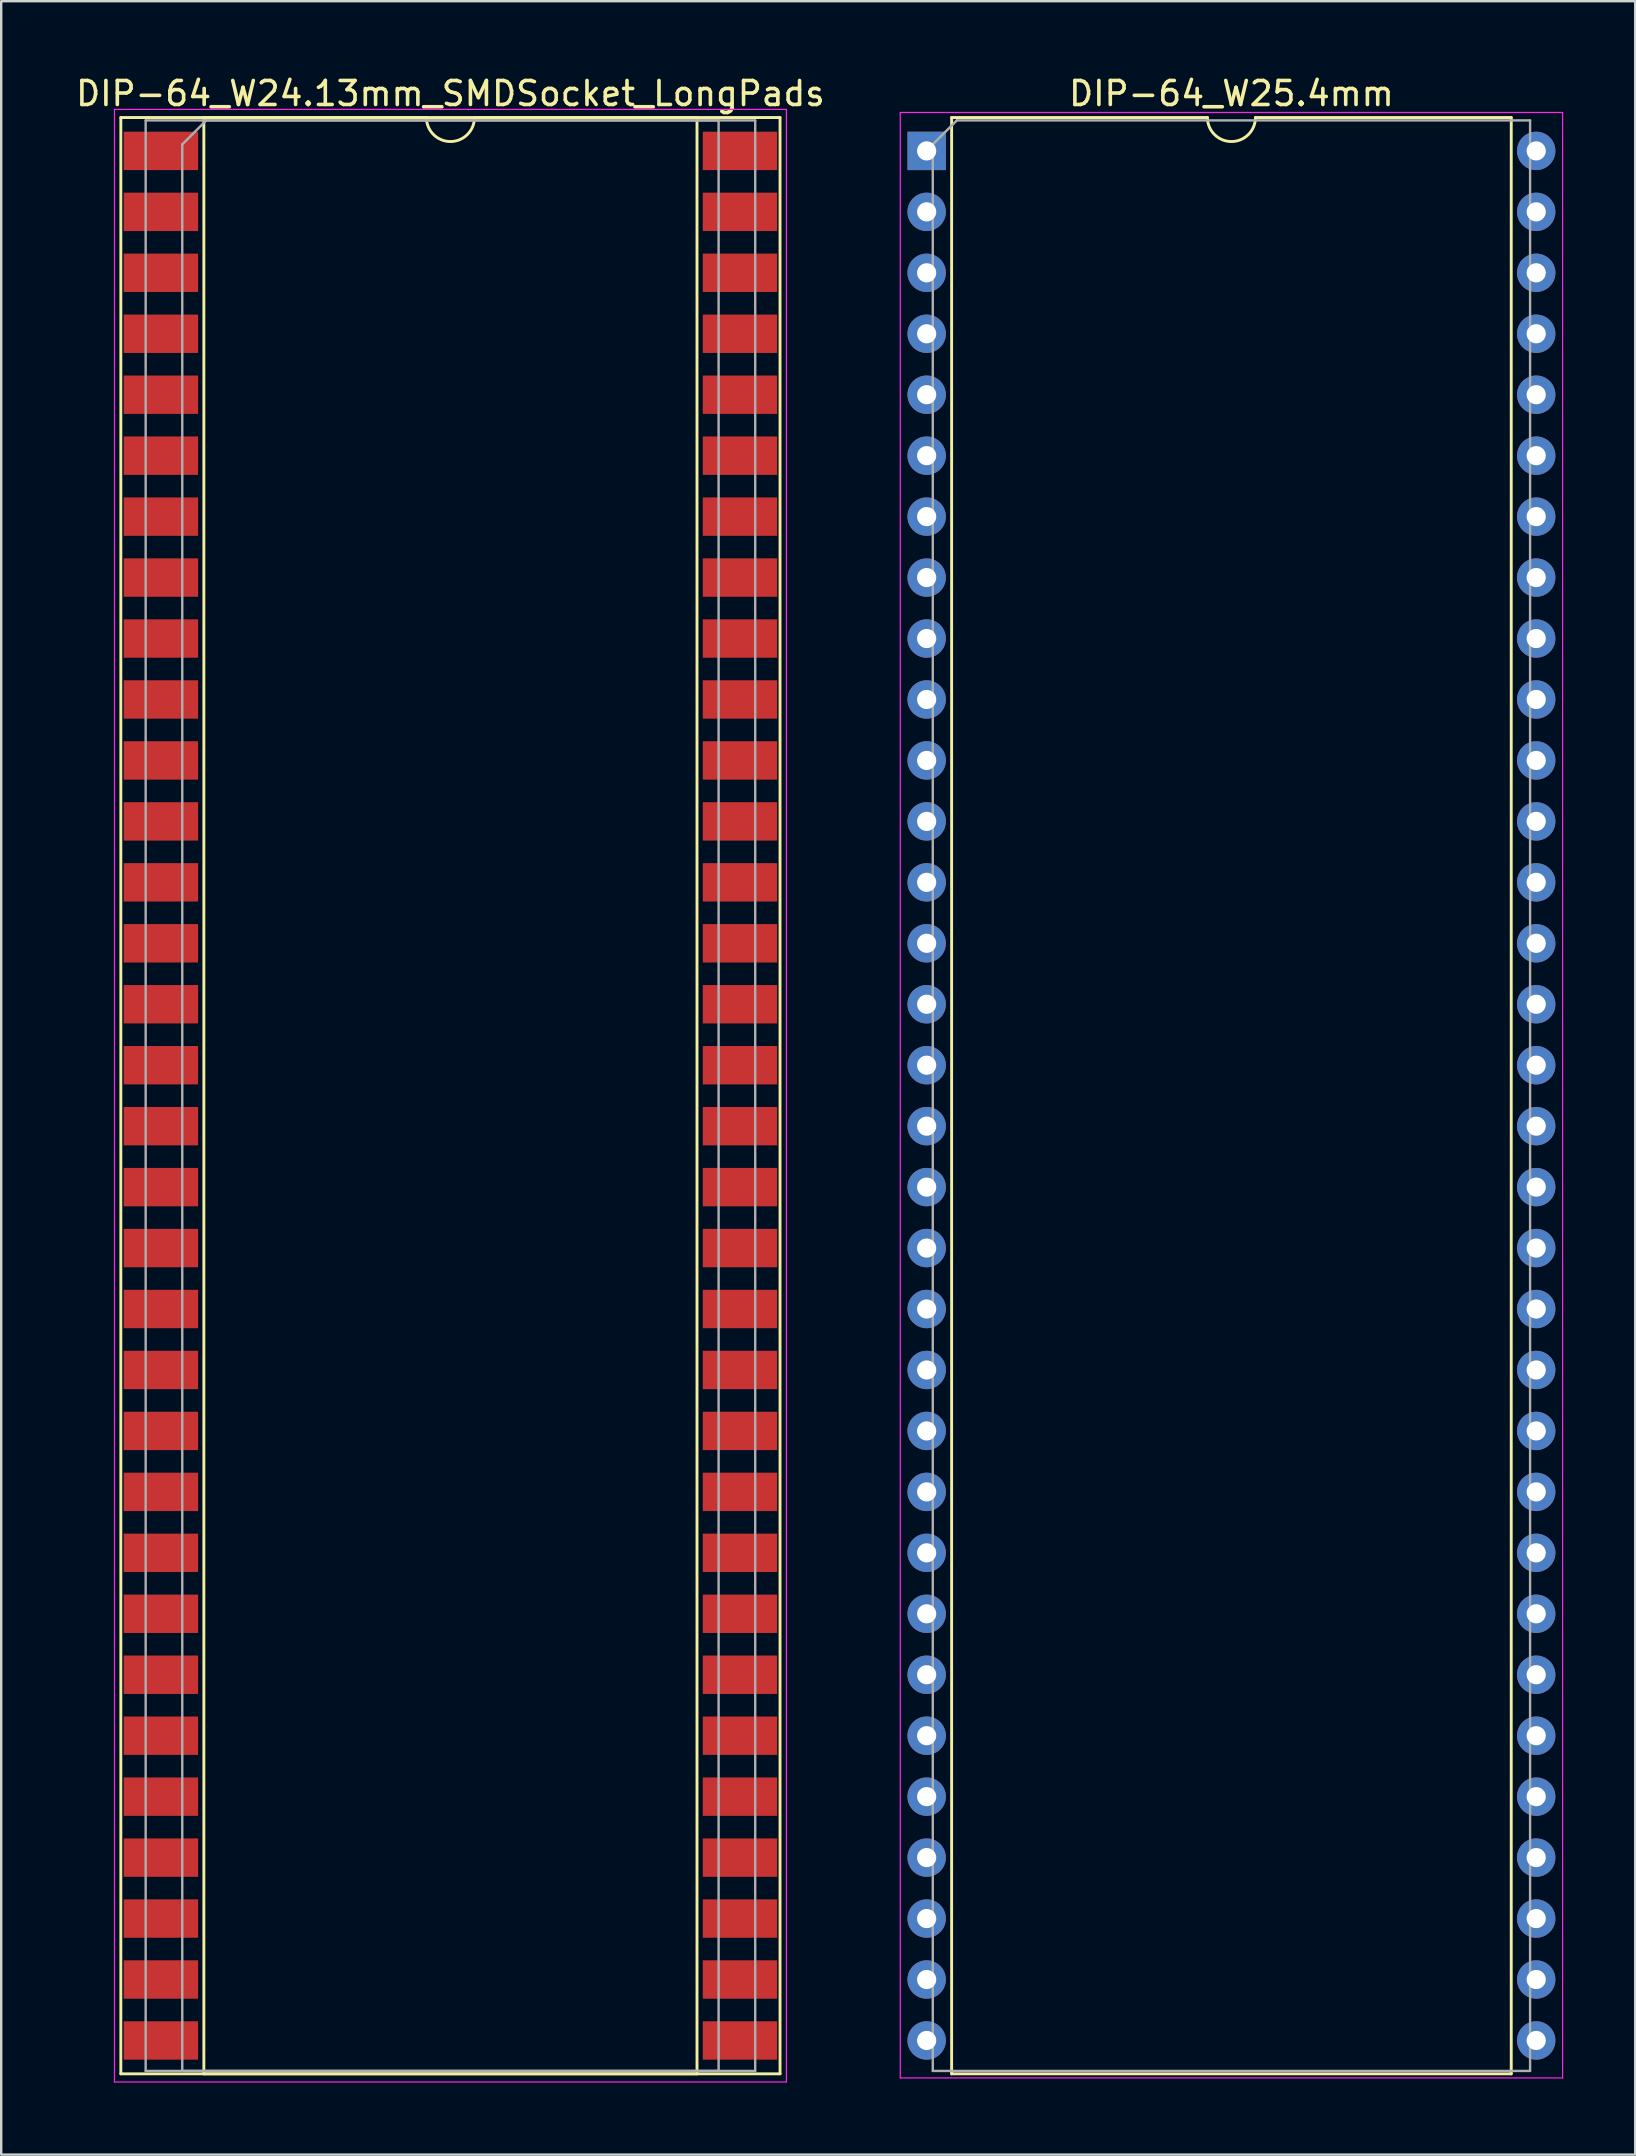
<source format=kicad_pcb>
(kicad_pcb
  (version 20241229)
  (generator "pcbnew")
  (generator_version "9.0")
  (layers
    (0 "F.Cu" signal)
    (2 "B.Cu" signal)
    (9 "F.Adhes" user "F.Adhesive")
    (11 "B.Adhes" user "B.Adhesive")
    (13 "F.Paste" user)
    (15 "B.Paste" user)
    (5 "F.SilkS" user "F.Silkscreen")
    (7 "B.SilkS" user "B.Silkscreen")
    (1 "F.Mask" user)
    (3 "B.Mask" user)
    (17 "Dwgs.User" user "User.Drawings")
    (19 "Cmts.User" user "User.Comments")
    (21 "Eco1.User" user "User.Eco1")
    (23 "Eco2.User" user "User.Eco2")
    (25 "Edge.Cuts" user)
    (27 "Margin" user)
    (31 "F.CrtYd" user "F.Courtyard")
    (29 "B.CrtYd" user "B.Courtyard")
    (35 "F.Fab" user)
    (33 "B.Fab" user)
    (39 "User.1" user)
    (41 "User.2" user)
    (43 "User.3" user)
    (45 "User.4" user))
  (footprint "DIP-64_W25.4mm"
    (layer "F.Cu")
    (at 35.565 3.238)
    (property "Reference" "DIP-64_W25.4mm" (at 12.7 -2.39 0) (layer "F.SilkS") (effects (font (size 1 1) (thickness 0.15))))
    (attr through_hole)
    (fp_line (start 1.04 -1.39) (end 1.04 80.13) (stroke (width 0.12) (type solid)) (layer "F.SilkS"))
    (fp_line (start 1.04 80.13) (end 24.36 80.13) (stroke (width 0.12) (type solid)) (layer "F.SilkS"))
    (fp_line (start 11.7 -1.39) (end 1.04 -1.39) (stroke (width 0.12) (type solid)) (layer "F.SilkS"))
    (fp_line (start 24.36 -1.39) (end 13.7 -1.39) (stroke (width 0.12) (type solid)) (layer "F.SilkS"))
    (fp_line (start 24.36 80.13) (end 24.36 -1.39) (stroke (width 0.12) (type solid)) (layer "F.SilkS"))
    (fp_arc (start 13.7 -1.39) (mid 12.7 -0.39) (end 11.7 -1.39) (stroke (width 0.12) (type solid)) (layer "F.SilkS"))
    (fp_line (start -1.1 -1.6) (end -1.1 80.3) (stroke (width 0.05) (type solid)) (layer "F.CrtYd"))
    (fp_line (start -1.1 80.3) (end 26.5 80.3) (stroke (width 0.05) (type solid)) (layer "F.CrtYd"))
    (fp_line (start 26.5 -1.6) (end -1.1 -1.6) (stroke (width 0.05) (type solid)) (layer "F.CrtYd"))
    (fp_line (start 26.5 80.3) (end 26.5 -1.6) (stroke (width 0.05) (type solid)) (layer "F.CrtYd"))
    (fp_line (start 0.255 -0.27) (end 1.255 -1.27) (stroke (width 0.1) (type solid)) (layer "F.Fab"))
    (fp_line (start 0.255 80.01) (end 0.255 -0.27) (stroke (width 0.1) (type solid)) (layer "F.Fab"))
    (fp_line (start 1.255 -1.27) (end 25.145 -1.27) (stroke (width 0.1) (type solid)) (layer "F.Fab"))
    (fp_line (start 25.145 -1.27) (end 25.145 80.01) (stroke (width 0.1) (type solid)) (layer "F.Fab"))
    (fp_line (start 25.145 80.01) (end 0.255 80.01) (stroke (width 0.1) (type solid)) (layer "F.Fab"))
    (pad "1" thru_hole rect (at 0 0) (size 1.6 1.6) (drill 0.8) (layers "*.Cu" "*.Mask"))
    (pad "2" thru_hole oval (at 0 2.54) (size 1.6 1.6) (drill 0.8) (layers "*.Cu" "*.Mask"))
    (pad "3" thru_hole oval (at 0 5.08) (size 1.6 1.6) (drill 0.8) (layers "*.Cu" "*.Mask"))
    (pad "4" thru_hole oval (at 0 7.62) (size 1.6 1.6) (drill 0.8) (layers "*.Cu" "*.Mask"))
    (pad "5" thru_hole oval (at 0 10.16) (size 1.6 1.6) (drill 0.8) (layers "*.Cu" "*.Mask"))
    (pad "6" thru_hole oval (at 0 12.7) (size 1.6 1.6) (drill 0.8) (layers "*.Cu" "*.Mask"))
    (pad "7" thru_hole oval (at 0 15.24) (size 1.6 1.6) (drill 0.8) (layers "*.Cu" "*.Mask"))
    (pad "8" thru_hole oval (at 0 17.78) (size 1.6 1.6) (drill 0.8) (layers "*.Cu" "*.Mask"))
    (pad "9" thru_hole oval (at 0 20.32) (size 1.6 1.6) (drill 0.8) (layers "*.Cu" "*.Mask"))
    (pad "10" thru_hole oval (at 0 22.86) (size 1.6 1.6) (drill 0.8) (layers "*.Cu" "*.Mask"))
    (pad "11" thru_hole oval (at 0 25.4) (size 1.6 1.6) (drill 0.8) (layers "*.Cu" "*.Mask"))
    (pad "12" thru_hole oval (at 0 27.94) (size 1.6 1.6) (drill 0.8) (layers "*.Cu" "*.Mask"))
    (pad "13" thru_hole oval (at 0 30.48) (size 1.6 1.6) (drill 0.8) (layers "*.Cu" "*.Mask"))
    (pad "14" thru_hole oval (at 0 33.02) (size 1.6 1.6) (drill 0.8) (layers "*.Cu" "*.Mask"))
    (pad "15" thru_hole oval (at 0 35.56) (size 1.6 1.6) (drill 0.8) (layers "*.Cu" "*.Mask"))
    (pad "16" thru_hole oval (at 0 38.1) (size 1.6 1.6) (drill 0.8) (layers "*.Cu" "*.Mask"))
    (pad "17" thru_hole oval (at 0 40.64) (size 1.6 1.6) (drill 0.8) (layers "*.Cu" "*.Mask"))
    (pad "18" thru_hole oval (at 0 43.18) (size 1.6 1.6) (drill 0.8) (layers "*.Cu" "*.Mask"))
    (pad "19" thru_hole oval (at 0 45.72) (size 1.6 1.6) (drill 0.8) (layers "*.Cu" "*.Mask"))
    (pad "20" thru_hole oval (at 0 48.26) (size 1.6 1.6) (drill 0.8) (layers "*.Cu" "*.Mask"))
    (pad "21" thru_hole oval (at 0 50.8) (size 1.6 1.6) (drill 0.8) (layers "*.Cu" "*.Mask"))
    (pad "22" thru_hole oval (at 0 53.34) (size 1.6 1.6) (drill 0.8) (layers "*.Cu" "*.Mask"))
    (pad "23" thru_hole oval (at 0 55.88) (size 1.6 1.6) (drill 0.8) (layers "*.Cu" "*.Mask"))
    (pad "24" thru_hole oval (at 0 58.42) (size 1.6 1.6) (drill 0.8) (layers "*.Cu" "*.Mask"))
    (pad "25" thru_hole oval (at 0 60.96) (size 1.6 1.6) (drill 0.8) (layers "*.Cu" "*.Mask"))
    (pad "26" thru_hole oval (at 0 63.5) (size 1.6 1.6) (drill 0.8) (layers "*.Cu" "*.Mask"))
    (pad "27" thru_hole oval (at 0 66.04) (size 1.6 1.6) (drill 0.8) (layers "*.Cu" "*.Mask"))
    (pad "28" thru_hole oval (at 0 68.58) (size 1.6 1.6) (drill 0.8) (layers "*.Cu" "*.Mask"))
    (pad "29" thru_hole oval (at 0 71.12) (size 1.6 1.6) (drill 0.8) (layers "*.Cu" "*.Mask"))
    (pad "30" thru_hole oval (at 0 73.66) (size 1.6 1.6) (drill 0.8) (layers "*.Cu" "*.Mask"))
    (pad "31" thru_hole oval (at 0 76.2) (size 1.6 1.6) (drill 0.8) (layers "*.Cu" "*.Mask"))
    (pad "32" thru_hole oval (at 0 78.74) (size 1.6 1.6) (drill 0.8) (layers "*.Cu" "*.Mask"))
    (pad "33" thru_hole oval (at 25.4 78.74) (size 1.6 1.6) (drill 0.8) (layers "*.Cu" "*.Mask"))
    (pad "34" thru_hole oval (at 25.4 76.2) (size 1.6 1.6) (drill 0.8) (layers "*.Cu" "*.Mask"))
    (pad "35" thru_hole oval (at 25.4 73.66) (size 1.6 1.6) (drill 0.8) (layers "*.Cu" "*.Mask"))
    (pad "36" thru_hole oval (at 25.4 71.12) (size 1.6 1.6) (drill 0.8) (layers "*.Cu" "*.Mask"))
    (pad "37" thru_hole oval (at 25.4 68.58) (size 1.6 1.6) (drill 0.8) (layers "*.Cu" "*.Mask"))
    (pad "38" thru_hole oval (at 25.4 66.04) (size 1.6 1.6) (drill 0.8) (layers "*.Cu" "*.Mask"))
    (pad "39" thru_hole oval (at 25.4 63.5) (size 1.6 1.6) (drill 0.8) (layers "*.Cu" "*.Mask"))
    (pad "40" thru_hole oval (at 25.4 60.96) (size 1.6 1.6) (drill 0.8) (layers "*.Cu" "*.Mask"))
    (pad "41" thru_hole oval (at 25.4 58.42) (size 1.6 1.6) (drill 0.8) (layers "*.Cu" "*.Mask"))
    (pad "42" thru_hole oval (at 25.4 55.88) (size 1.6 1.6) (drill 0.8) (layers "*.Cu" "*.Mask"))
    (pad "43" thru_hole oval (at 25.4 53.34) (size 1.6 1.6) (drill 0.8) (layers "*.Cu" "*.Mask"))
    (pad "44" thru_hole oval (at 25.4 50.8) (size 1.6 1.6) (drill 0.8) (layers "*.Cu" "*.Mask"))
    (pad "45" thru_hole oval (at 25.4 48.26) (size 1.6 1.6) (drill 0.8) (layers "*.Cu" "*.Mask"))
    (pad "46" thru_hole oval (at 25.4 45.72) (size 1.6 1.6) (drill 0.8) (layers "*.Cu" "*.Mask"))
    (pad "47" thru_hole oval (at 25.4 43.18) (size 1.6 1.6) (drill 0.8) (layers "*.Cu" "*.Mask"))
    (pad "48" thru_hole oval (at 25.4 40.64) (size 1.6 1.6) (drill 0.8) (layers "*.Cu" "*.Mask"))
    (pad "49" thru_hole oval (at 25.4 38.1) (size 1.6 1.6) (drill 0.8) (layers "*.Cu" "*.Mask"))
    (pad "50" thru_hole oval (at 25.4 35.56) (size 1.6 1.6) (drill 0.8) (layers "*.Cu" "*.Mask"))
    (pad "51" thru_hole oval (at 25.4 33.02) (size 1.6 1.6) (drill 0.8) (layers "*.Cu" "*.Mask"))
    (pad "52" thru_hole oval (at 25.4 30.48) (size 1.6 1.6) (drill 0.8) (layers "*.Cu" "*.Mask"))
    (pad "53" thru_hole oval (at 25.4 27.94) (size 1.6 1.6) (drill 0.8) (layers "*.Cu" "*.Mask"))
    (pad "54" thru_hole oval (at 25.4 25.4) (size 1.6 1.6) (drill 0.8) (layers "*.Cu" "*.Mask"))
    (pad "55" thru_hole oval (at 25.4 22.86) (size 1.6 1.6) (drill 0.8) (layers "*.Cu" "*.Mask"))
    (pad "56" thru_hole oval (at 25.4 20.32) (size 1.6 1.6) (drill 0.8) (layers "*.Cu" "*.Mask"))
    (pad "57" thru_hole oval (at 25.4 17.78) (size 1.6 1.6) (drill 0.8) (layers "*.Cu" "*.Mask"))
    (pad "58" thru_hole oval (at 25.4 15.24) (size 1.6 1.6) (drill 0.8) (layers "*.Cu" "*.Mask"))
    (pad "59" thru_hole oval (at 25.4 12.7) (size 1.6 1.6) (drill 0.8) (layers "*.Cu" "*.Mask"))
    (pad "60" thru_hole oval (at 25.4 10.16) (size 1.6 1.6) (drill 0.8) (layers "*.Cu" "*.Mask"))
    (pad "61" thru_hole oval (at 25.4 7.62) (size 1.6 1.6) (drill 0.8) (layers "*.Cu" "*.Mask"))
    (pad "62" thru_hole oval (at 25.4 5.08) (size 1.6 1.6) (drill 0.8) (layers "*.Cu" "*.Mask"))
    (pad "63" thru_hole oval (at 25.4 2.54) (size 1.6 1.6) (drill 0.8) (layers "*.Cu" "*.Mask"))
    (pad "64" thru_hole oval (at 25.4 0) (size 1.6 1.6) (drill 0.8) (layers "*.Cu" "*.Mask")))
  (footprint "DIP-64_W24.13mm_SMDSocket_LongPads"
    (layer "F.Cu")
    (at 15.72 42.608)
    (property "Reference" "DIP-64_W24.13mm_SMDSocket_LongPads" (at 0 -41.76 0) (layer "F.SilkS") (effects (font (size 1 1) (thickness 0.15))))
    (attr smd)
    (fp_line (start -13.735 -40.76) (end -13.735 40.76) (stroke (width 0.12) (type solid)) (layer "F.SilkS"))
    (fp_line (start -13.735 40.76) (end 13.735 40.76) (stroke (width 0.12) (type solid)) (layer "F.SilkS"))
    (fp_line (start -10.275 -40.76) (end -10.275 40.76) (stroke (width 0.12) (type solid)) (layer "F.SilkS"))
    (fp_line (start -10.275 40.76) (end 10.275 40.76) (stroke (width 0.12) (type solid)) (layer "F.SilkS"))
    (fp_line (start -1 -40.76) (end -10.275 -40.76) (stroke (width 0.12) (type solid)) (layer "F.SilkS"))
    (fp_line (start 10.275 -40.76) (end 1 -40.76) (stroke (width 0.12) (type solid)) (layer "F.SilkS"))
    (fp_line (start 10.275 40.76) (end 10.275 -40.76) (stroke (width 0.12) (type solid)) (layer "F.SilkS"))
    (fp_line (start 13.735 -40.76) (end -13.735 -40.76) (stroke (width 0.12) (type solid)) (layer "F.SilkS"))
    (fp_line (start 13.735 40.76) (end 13.735 -40.76) (stroke (width 0.12) (type solid)) (layer "F.SilkS"))
    (fp_arc (start 1 -40.76) (mid 0 -39.76) (end -1 -40.76) (stroke (width 0.12) (type solid)) (layer "F.SilkS"))
    (fp_line (start -14 -41.1) (end -14 41.1) (stroke (width 0.05) (type solid)) (layer "F.CrtYd"))
    (fp_line (start -14 41.1) (end 14 41.1) (stroke (width 0.05) (type solid)) (layer "F.CrtYd"))
    (fp_line (start 14 -41.1) (end -14 -41.1) (stroke (width 0.05) (type solid)) (layer "F.CrtYd"))
    (fp_line (start 14 41.1) (end 14 -41.1) (stroke (width 0.05) (type solid)) (layer "F.CrtYd"))
    (fp_line (start -12.7 -40.64) (end -12.7 40.64) (stroke (width 0.1) (type solid)) (layer "F.Fab"))
    (fp_line (start -12.7 40.64) (end 12.7 40.64) (stroke (width 0.1) (type solid)) (layer "F.Fab"))
    (fp_line (start -11.175 -39.64) (end -10.175 -40.64) (stroke (width 0.1) (type solid)) (layer "F.Fab"))
    (fp_line (start -11.175 40.64) (end -11.175 -39.64) (stroke (width 0.1) (type solid)) (layer "F.Fab"))
    (fp_line (start -10.175 -40.64) (end 11.175 -40.64) (stroke (width 0.1) (type solid)) (layer "F.Fab"))
    (fp_line (start 11.175 -40.64) (end 11.175 40.64) (stroke (width 0.1) (type solid)) (layer "F.Fab"))
    (fp_line (start 11.175 40.64) (end -11.175 40.64) (stroke (width 0.1) (type solid)) (layer "F.Fab"))
    (fp_line (start 12.7 -40.64) (end -12.7 -40.64) (stroke (width 0.1) (type solid)) (layer "F.Fab"))
    (fp_line (start 12.7 40.64) (end 12.7 -40.64) (stroke (width 0.1) (type solid)) (layer "F.Fab"))
    (pad "1" smd rect (at -12.065 -39.37) (size 3.1 1.6) (layers "F.Cu" "F.Mask"))
    (pad "2" smd rect (at -12.065 -36.83) (size 3.1 1.6) (layers "F.Cu" "F.Mask"))
    (pad "3" smd rect (at -12.065 -34.29) (size 3.1 1.6) (layers "F.Cu" "F.Mask"))
    (pad "4" smd rect (at -12.065 -31.75) (size 3.1 1.6) (layers "F.Cu" "F.Mask"))
    (pad "5" smd rect (at -12.065 -29.21) (size 3.1 1.6) (layers "F.Cu" "F.Mask"))
    (pad "6" smd rect (at -12.065 -26.67) (size 3.1 1.6) (layers "F.Cu" "F.Mask"))
    (pad "7" smd rect (at -12.065 -24.13) (size 3.1 1.6) (layers "F.Cu" "F.Mask"))
    (pad "8" smd rect (at -12.065 -21.59) (size 3.1 1.6) (layers "F.Cu" "F.Mask"))
    (pad "9" smd rect (at -12.065 -19.05) (size 3.1 1.6) (layers "F.Cu" "F.Mask"))
    (pad "10" smd rect (at -12.065 -16.51) (size 3.1 1.6) (layers "F.Cu" "F.Mask"))
    (pad "11" smd rect (at -12.065 -13.97) (size 3.1 1.6) (layers "F.Cu" "F.Mask"))
    (pad "12" smd rect (at -12.065 -11.43) (size 3.1 1.6) (layers "F.Cu" "F.Mask"))
    (pad "13" smd rect (at -12.065 -8.89) (size 3.1 1.6) (layers "F.Cu" "F.Mask"))
    (pad "14" smd rect (at -12.065 -6.35) (size 3.1 1.6) (layers "F.Cu" "F.Mask"))
    (pad "15" smd rect (at -12.065 -3.81) (size 3.1 1.6) (layers "F.Cu" "F.Mask"))
    (pad "16" smd rect (at -12.065 -1.27) (size 3.1 1.6) (layers "F.Cu" "F.Mask"))
    (pad "17" smd rect (at -12.065 1.27) (size 3.1 1.6) (layers "F.Cu" "F.Mask"))
    (pad "18" smd rect (at -12.065 3.81) (size 3.1 1.6) (layers "F.Cu" "F.Mask"))
    (pad "19" smd rect (at -12.065 6.35) (size 3.1 1.6) (layers "F.Cu" "F.Mask"))
    (pad "20" smd rect (at -12.065 8.89) (size 3.1 1.6) (layers "F.Cu" "F.Mask"))
    (pad "21" smd rect (at -12.065 11.43) (size 3.1 1.6) (layers "F.Cu" "F.Mask"))
    (pad "22" smd rect (at -12.065 13.97) (size 3.1 1.6) (layers "F.Cu" "F.Mask"))
    (pad "23" smd rect (at -12.065 16.51) (size 3.1 1.6) (layers "F.Cu" "F.Mask"))
    (pad "24" smd rect (at -12.065 19.05) (size 3.1 1.6) (layers "F.Cu" "F.Mask"))
    (pad "25" smd rect (at -12.065 21.59) (size 3.1 1.6) (layers "F.Cu" "F.Mask"))
    (pad "26" smd rect (at -12.065 24.13) (size 3.1 1.6) (layers "F.Cu" "F.Mask"))
    (pad "27" smd rect (at -12.065 26.67) (size 3.1 1.6) (layers "F.Cu" "F.Mask"))
    (pad "28" smd rect (at -12.065 29.21) (size 3.1 1.6) (layers "F.Cu" "F.Mask"))
    (pad "29" smd rect (at -12.065 31.75) (size 3.1 1.6) (layers "F.Cu" "F.Mask"))
    (pad "30" smd rect (at -12.065 34.29) (size 3.1 1.6) (layers "F.Cu" "F.Mask"))
    (pad "31" smd rect (at -12.065 36.83) (size 3.1 1.6) (layers "F.Cu" "F.Mask"))
    (pad "32" smd rect (at -12.065 39.37) (size 3.1 1.6) (layers "F.Cu" "F.Mask"))
    (pad "33" smd rect (at 12.065 39.37) (size 3.1 1.6) (layers "F.Cu" "F.Mask"))
    (pad "34" smd rect (at 12.065 36.83) (size 3.1 1.6) (layers "F.Cu" "F.Mask"))
    (pad "35" smd rect (at 12.065 34.29) (size 3.1 1.6) (layers "F.Cu" "F.Mask"))
    (pad "36" smd rect (at 12.065 31.75) (size 3.1 1.6) (layers "F.Cu" "F.Mask"))
    (pad "37" smd rect (at 12.065 29.21) (size 3.1 1.6) (layers "F.Cu" "F.Mask"))
    (pad "38" smd rect (at 12.065 26.67) (size 3.1 1.6) (layers "F.Cu" "F.Mask"))
    (pad "39" smd rect (at 12.065 24.13) (size 3.1 1.6) (layers "F.Cu" "F.Mask"))
    (pad "40" smd rect (at 12.065 21.59) (size 3.1 1.6) (layers "F.Cu" "F.Mask"))
    (pad "41" smd rect (at 12.065 19.05) (size 3.1 1.6) (layers "F.Cu" "F.Mask"))
    (pad "42" smd rect (at 12.065 16.51) (size 3.1 1.6) (layers "F.Cu" "F.Mask"))
    (pad "43" smd rect (at 12.065 13.97) (size 3.1 1.6) (layers "F.Cu" "F.Mask"))
    (pad "44" smd rect (at 12.065 11.43) (size 3.1 1.6) (layers "F.Cu" "F.Mask"))
    (pad "45" smd rect (at 12.065 8.89) (size 3.1 1.6) (layers "F.Cu" "F.Mask"))
    (pad "46" smd rect (at 12.065 6.35) (size 3.1 1.6) (layers "F.Cu" "F.Mask"))
    (pad "47" smd rect (at 12.065 3.81) (size 3.1 1.6) (layers "F.Cu" "F.Mask"))
    (pad "48" smd rect (at 12.065 1.27) (size 3.1 1.6) (layers "F.Cu" "F.Mask"))
    (pad "49" smd rect (at 12.065 -1.27) (size 3.1 1.6) (layers "F.Cu" "F.Mask"))
    (pad "50" smd rect (at 12.065 -3.81) (size 3.1 1.6) (layers "F.Cu" "F.Mask"))
    (pad "51" smd rect (at 12.065 -6.35) (size 3.1 1.6) (layers "F.Cu" "F.Mask"))
    (pad "52" smd rect (at 12.065 -8.89) (size 3.1 1.6) (layers "F.Cu" "F.Mask"))
    (pad "53" smd rect (at 12.065 -11.43) (size 3.1 1.6) (layers "F.Cu" "F.Mask"))
    (pad "54" smd rect (at 12.065 -13.97) (size 3.1 1.6) (layers "F.Cu" "F.Mask"))
    (pad "55" smd rect (at 12.065 -16.51) (size 3.1 1.6) (layers "F.Cu" "F.Mask"))
    (pad "56" smd rect (at 12.065 -19.05) (size 3.1 1.6) (layers "F.Cu" "F.Mask"))
    (pad "57" smd rect (at 12.065 -21.59) (size 3.1 1.6) (layers "F.Cu" "F.Mask"))
    (pad "58" smd rect (at 12.065 -24.13) (size 3.1 1.6) (layers "F.Cu" "F.Mask"))
    (pad "59" smd rect (at 12.065 -26.67) (size 3.1 1.6) (layers "F.Cu" "F.Mask"))
    (pad "60" smd rect (at 12.065 -29.21) (size 3.1 1.6) (layers "F.Cu" "F.Mask"))
    (pad "61" smd rect (at 12.065 -31.75) (size 3.1 1.6) (layers "F.Cu" "F.Mask"))
    (pad "62" smd rect (at 12.065 -34.29) (size 3.1 1.6) (layers "F.Cu" "F.Mask"))
    (pad "63" smd rect (at 12.065 -36.83) (size 3.1 1.6) (layers "F.Cu" "F.Mask"))
    (pad "64" smd rect (at 12.065 -39.37) (size 3.1 1.6) (layers "F.Cu" "F.Mask")))
  (gr_rect
    (start -3 -3)
    (end 65.09 86.733)
    (stroke (width 0.1) (type default))
    (fill no)
    (layer "Edge.Cuts")))
</source>
